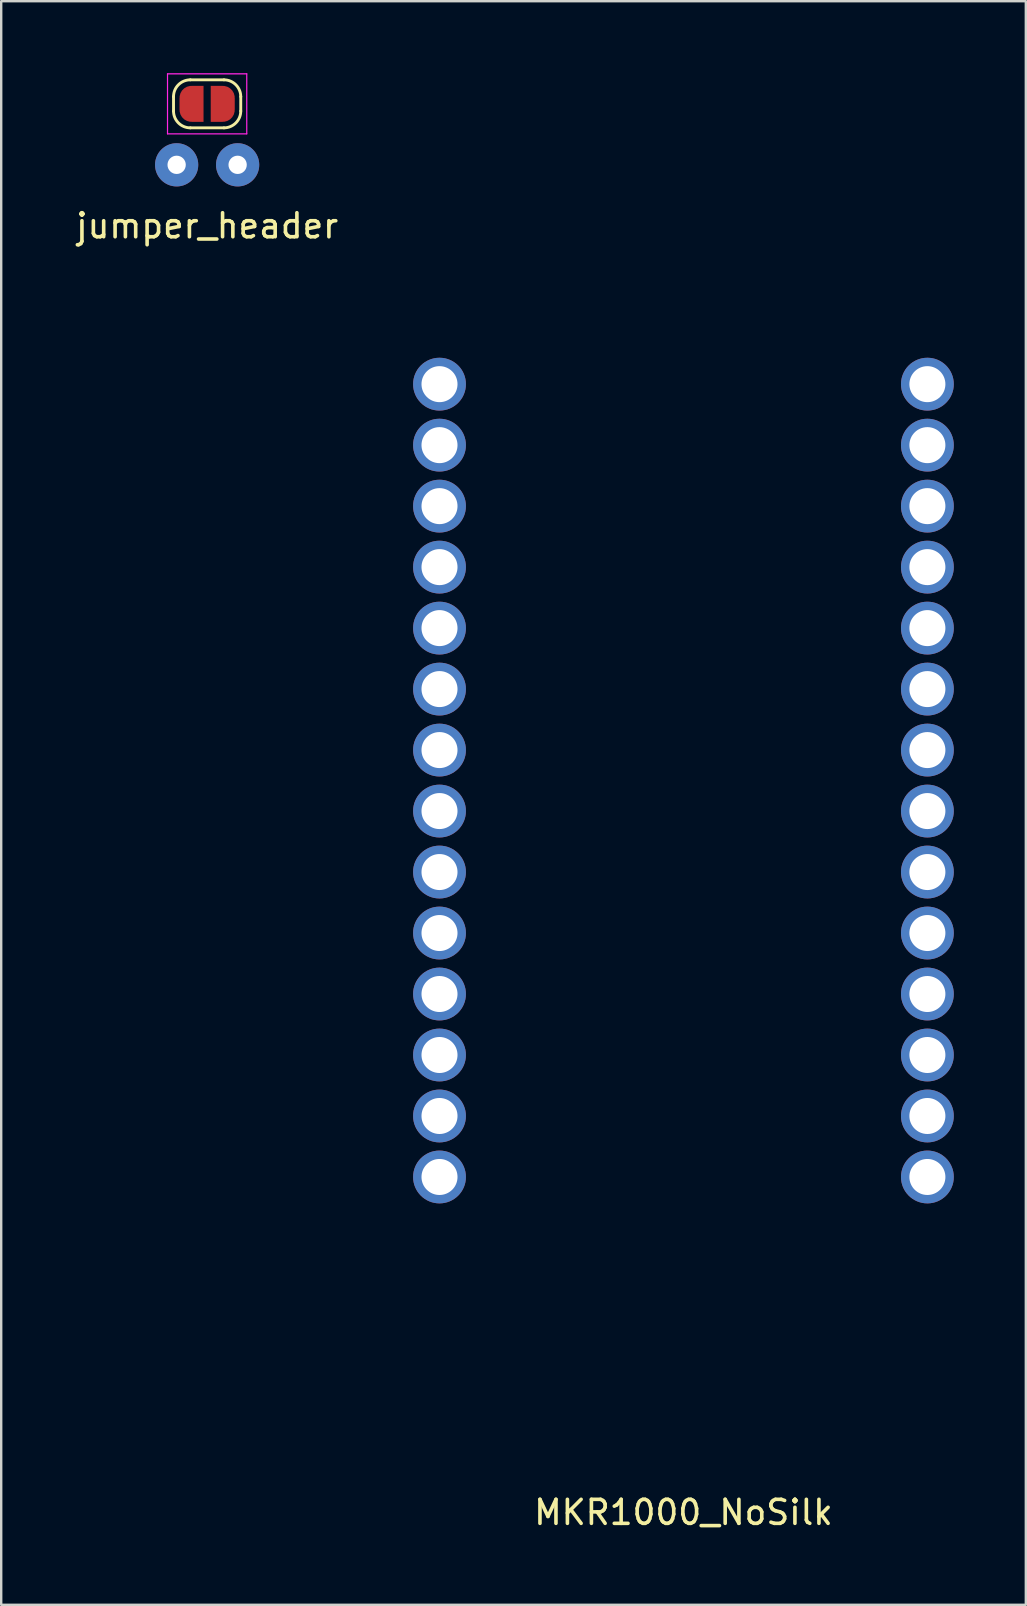
<source format=kicad_pcb>
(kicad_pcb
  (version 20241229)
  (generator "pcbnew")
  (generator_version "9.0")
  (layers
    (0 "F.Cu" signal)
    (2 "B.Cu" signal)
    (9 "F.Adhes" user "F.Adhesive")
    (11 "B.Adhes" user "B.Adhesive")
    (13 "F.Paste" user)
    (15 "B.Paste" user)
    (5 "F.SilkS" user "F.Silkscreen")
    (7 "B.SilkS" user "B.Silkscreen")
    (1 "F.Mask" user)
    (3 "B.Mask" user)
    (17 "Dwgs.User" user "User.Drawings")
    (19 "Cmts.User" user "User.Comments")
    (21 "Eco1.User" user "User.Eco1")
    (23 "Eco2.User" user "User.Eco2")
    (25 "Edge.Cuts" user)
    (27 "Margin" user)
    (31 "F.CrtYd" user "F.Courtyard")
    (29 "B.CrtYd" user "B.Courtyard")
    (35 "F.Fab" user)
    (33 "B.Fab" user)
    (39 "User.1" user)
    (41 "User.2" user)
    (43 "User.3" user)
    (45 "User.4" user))
  (footprint "jumper_header"
    (layer "F.Cu")
    (at 5.577 1.275)
    (property "Reference" "jumper_header" (at 0 5.08 0) (layer "F.SilkS") (effects (font (size 1 1) (thickness 0.15))))
    (attr through_hole)
    (fp_line (start -1.4 0.3) (end -1.4 -0.3) (stroke (width 0.12) (type solid)) (layer "F.SilkS"))
    (fp_line (start -0.7 -1) (end 0.7 -1) (stroke (width 0.12) (type solid)) (layer "F.SilkS"))
    (fp_line (start 0.7 1) (end -0.7 1) (stroke (width 0.12) (type solid)) (layer "F.SilkS"))
    (fp_line (start 1.4 -0.3) (end 1.4 0.3) (stroke (width 0.12) (type solid)) (layer "F.SilkS"))
    (fp_arc (start -1.4 -0.3) (mid -1.194975 -0.794975) (end -0.7 -1) (stroke (width 0.12) (type solid)) (layer "F.SilkS"))
    (fp_arc (start -0.7 1) (mid -1.194975 0.794975) (end -1.4 0.3) (stroke (width 0.12) (type solid)) (layer "F.SilkS"))
    (fp_arc (start 0.7 -1) (mid 1.194975 -0.794975) (end 1.4 -0.3) (stroke (width 0.12) (type solid)) (layer "F.SilkS"))
    (fp_arc (start 1.4 0.3) (mid 1.194975 0.794975) (end 0.7 1) (stroke (width 0.12) (type solid)) (layer "F.SilkS"))
    (fp_line (start -1.65 -1.25) (end -1.65 1.25) (stroke (width 0.05) (type solid)) (layer "F.CrtYd"))
    (fp_line (start -1.65 -1.25) (end 1.65 -1.25) (stroke (width 0.05) (type solid)) (layer "F.CrtYd"))
    (fp_line (start 1.65 1.25) (end -1.65 1.25) (stroke (width 0.05) (type solid)) (layer "F.CrtYd"))
    (fp_line (start 1.65 1.25) (end 1.65 -1.25) (stroke (width 0.05) (type solid)) (layer "F.CrtYd"))
    (pad "1" thru_hole circle (at -1.27 2.54) (size 1.8 1.8) (drill 0.762) (layers "*.Cu" "*.Mask"))
    (pad "1" smd custom (at -0.65 0) (size 1 0.5) (layers "F.Cu" "F.Mask") (options (anchor rect)) (primitives (gr_circle (center 0 0.25) (end 0.5 0.25) (width 0) (fill yes)) (gr_circle (center 0 -0.25) (end 0.5 -0.25) (width 0) (fill yes)) (gr_poly (pts (xy 0 -0.75) (xy 0.5 -0.75) (xy 0.5 0.75) (xy 0 0.75)) (width 0) (fill yes))))
    (pad "2" smd custom (at 0.65 0) (size 1 0.5) (layers "F.Cu" "F.Mask") (options (anchor rect)) (primitives (gr_circle (center 0 0.25) (end 0.5 0.25) (width 0) (fill yes)) (gr_circle (center 0 -0.25) (end 0.5 -0.25) (width 0) (fill yes)) (gr_poly (pts (xy 0 -0.75) (xy -0.5 -0.75) (xy -0.5 0.75) (xy 0 0.75)) (width 0) (fill yes))))
    (pad "2" thru_hole circle (at 1.27 2.54) (size 1.8 1.8) (drill 0.762) (layers "*.Cu" "*.Mask")))
  (footprint "MKR1000_NoSilk"
    (layer "F.Cu")
    (at 25.415 0.25)
    (property "Reference" "MKR1000_NoSilk" (at 0 59.69 0) (layer "F.SilkS") (effects (font (size 1 1) (thickness 0.15))))
    (attr through_hole)
    (pad "1" thru_hole circle (at -10.16 12.7) (size 2.2 2.2) (drill 1.5) (layers "*.Cu" "*.Mask"))
    (pad "2" thru_hole circle (at -10.16 15.24) (size 2.2 2.2) (drill 1.5) (layers "*.Cu" "*.Mask"))
    (pad "3" thru_hole circle (at -10.16 17.78) (size 2.2 2.2) (drill 1.5) (layers "*.Cu" "*.Mask"))
    (pad "4" thru_hole circle (at -10.16 20.32) (size 2.2 2.2) (drill 1.5) (layers "*.Cu" "*.Mask"))
    (pad "5" thru_hole circle (at -10.16 22.86) (size 2.2 2.2) (drill 1.5) (layers "*.Cu" "*.Mask"))
    (pad "6" thru_hole circle (at -10.16 25.4) (size 2.2 2.2) (drill 1.5) (layers "*.Cu" "*.Mask"))
    (pad "7" thru_hole circle (at -10.16 27.94) (size 2.2 2.2) (drill 1.5) (layers "*.Cu" "*.Mask"))
    (pad "8" thru_hole circle (at -10.16 30.48) (size 2.2 2.2) (drill 1.5) (layers "*.Cu" "*.Mask"))
    (pad "9" thru_hole circle (at -10.16 33.02) (size 2.2 2.2) (drill 1.5) (layers "*.Cu" "*.Mask"))
    (pad "10" thru_hole circle (at -10.16 35.56) (size 2.2 2.2) (drill 1.5) (layers "*.Cu" "*.Mask"))
    (pad "11" thru_hole circle (at -10.16 38.1) (size 2.2 2.2) (drill 1.5) (layers "*.Cu" "*.Mask"))
    (pad "12" thru_hole circle (at -10.16 40.64) (size 2.2 2.2) (drill 1.5) (layers "*.Cu" "*.Mask"))
    (pad "13" thru_hole circle (at -10.16 43.18) (size 2.2 2.2) (drill 1.5) (layers "*.Cu" "*.Mask"))
    (pad "14" thru_hole circle (at -10.16 45.72) (size 2.2 2.2) (drill 1.5) (layers "*.Cu" "*.Mask"))
    (pad "15" thru_hole circle (at 10.16 45.72) (size 2.2 2.2) (drill 1.5) (layers "*.Cu" "*.Mask"))
    (pad "16" thru_hole circle (at 10.16 43.18) (size 2.2 2.2) (drill 1.5) (layers "*.Cu" "*.Mask"))
    (pad "17" thru_hole circle (at 10.16 40.64) (size 2.2 2.2) (drill 1.5) (layers "*.Cu" "*.Mask"))
    (pad "18" thru_hole circle (at 10.16 38.1) (size 2.2 2.2) (drill 1.5) (layers "*.Cu" "*.Mask"))
    (pad "19" thru_hole circle (at 10.16 35.56) (size 2.2 2.2) (drill 1.5) (layers "*.Cu" "*.Mask"))
    (pad "20" thru_hole circle (at 10.16 33.02) (size 2.2 2.2) (drill 1.5) (layers "*.Cu" "*.Mask"))
    (pad "21" thru_hole circle (at 10.16 30.48) (size 2.2 2.2) (drill 1.5) (layers "*.Cu" "*.Mask"))
    (pad "22" thru_hole circle (at 10.16 27.94) (size 2.2 2.2) (drill 1.5) (layers "*.Cu" "*.Mask"))
    (pad "23" thru_hole circle (at 10.16 25.4) (size 2.2 2.2) (drill 1.5) (layers "*.Cu" "*.Mask"))
    (pad "24" thru_hole circle (at 10.16 22.86) (size 2.2 2.2) (drill 1.5) (layers "*.Cu" "*.Mask"))
    (pad "25" thru_hole circle (at 10.16 20.32) (size 2.2 2.2) (drill 1.5) (layers "*.Cu" "*.Mask"))
    (pad "26" thru_hole circle (at 10.16 17.78) (size 2.2 2.2) (drill 1.5) (layers "*.Cu" "*.Mask"))
    (pad "27" thru_hole circle (at 10.16 15.24) (size 2.2 2.2) (drill 1.5) (layers "*.Cu" "*.Mask"))
    (pad "28" thru_hole circle (at 10.16 12.7) (size 2.2 2.2) (drill 1.5) (layers "*.Cu" "*.Mask")))
  (gr_rect
    (start -3 -3)
    (end 39.675 63.788)
    (stroke (width 0.1) (type default))
    (fill no)
    (layer "Edge.Cuts")))
</source>
